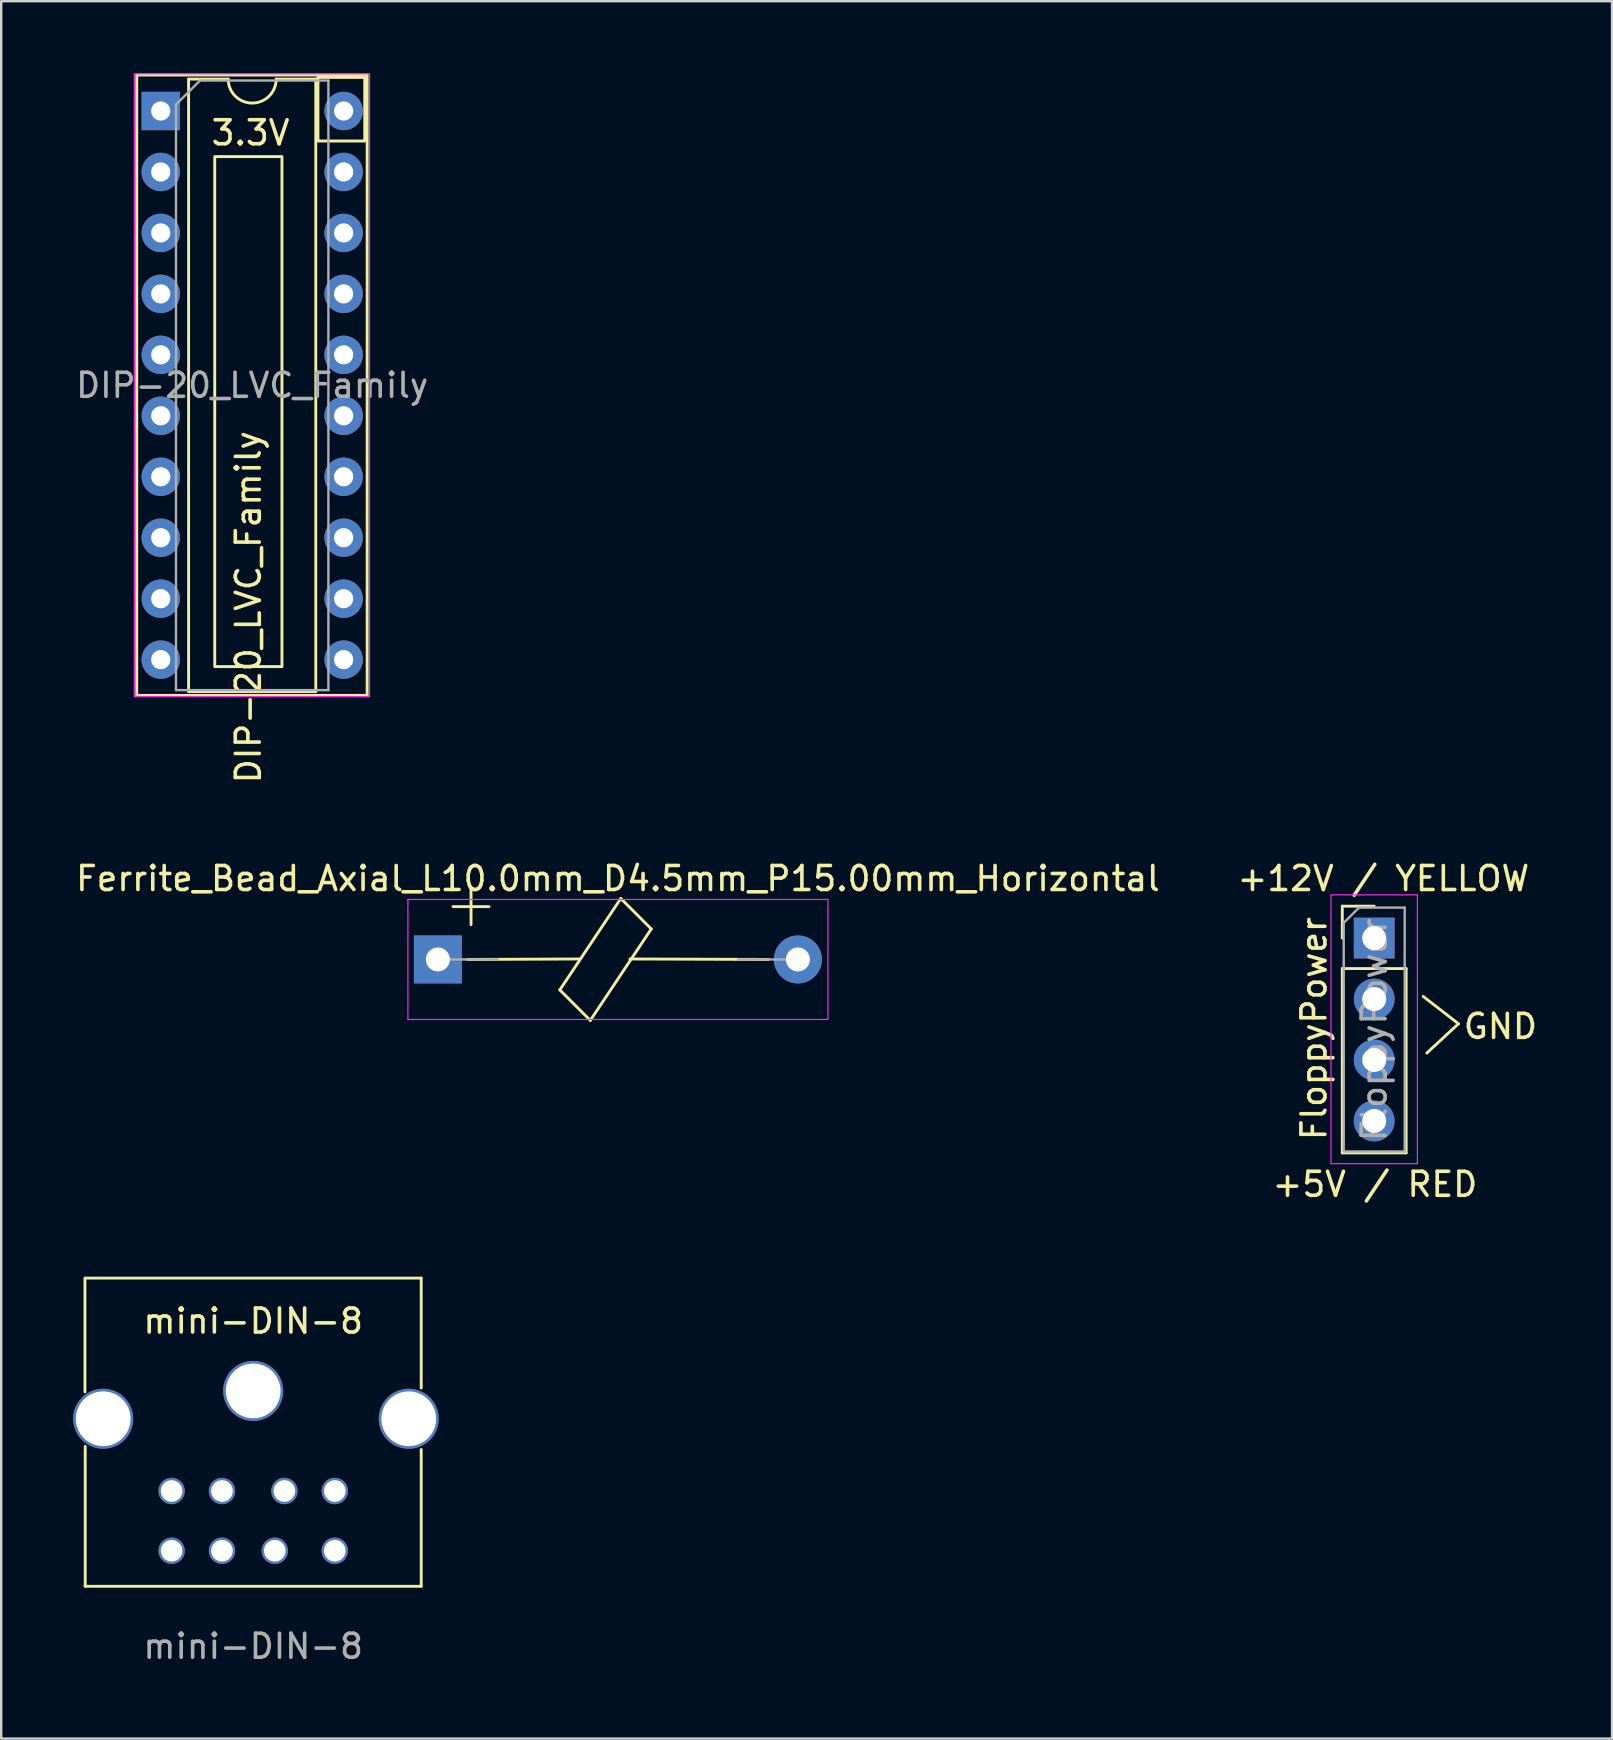
<source format=kicad_pcb>
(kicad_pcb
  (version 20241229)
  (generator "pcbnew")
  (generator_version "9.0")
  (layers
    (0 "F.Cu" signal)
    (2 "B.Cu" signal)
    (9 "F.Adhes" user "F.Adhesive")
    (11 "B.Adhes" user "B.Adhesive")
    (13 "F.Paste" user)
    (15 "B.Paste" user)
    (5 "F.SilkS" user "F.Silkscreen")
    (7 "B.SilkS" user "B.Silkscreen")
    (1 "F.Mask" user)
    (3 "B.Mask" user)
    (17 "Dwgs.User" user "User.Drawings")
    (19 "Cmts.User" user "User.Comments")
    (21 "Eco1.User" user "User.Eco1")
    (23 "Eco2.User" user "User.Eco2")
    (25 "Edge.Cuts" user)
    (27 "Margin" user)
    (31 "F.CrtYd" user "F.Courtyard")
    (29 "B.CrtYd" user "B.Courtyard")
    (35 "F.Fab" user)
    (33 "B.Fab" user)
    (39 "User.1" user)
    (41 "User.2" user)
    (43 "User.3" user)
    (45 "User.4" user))
  (footprint "Ferrite_Bead_Axial_L10.0mm_D4.5mm_P15.00mm_Horizontal"
    (layer "F.Cu")
    (at 15.196 36.927)
    (property "Reference" "Ferrite_Bead_Axial_L10.0mm_D4.5mm_P15.00mm_Horizontal" (at 7.5 -3.37 0) (layer "F.SilkS") (effects (font (size 1 1) (thickness 0.15))))
    (attr through_hole)
    (fp_line (start 0.63 -2.2) (end 2.13 -2.2) (stroke (width 0.12) (type solid)) (layer "F.SilkS"))
    (fp_line (start 1.24 0) (end 5.887 -0.02) (stroke (width 0.12) (type solid)) (layer "F.SilkS"))
    (fp_line (start 1.38 -2.95) (end 1.38 -1.45) (stroke (width 0.12) (type solid)) (layer "F.SilkS"))
    (fp_line (start 5.08 1.27) (end 6.35 2.54) (stroke (width 0.12) (type solid)) (layer "F.SilkS"))
    (fp_line (start 6.35 2.54) (end 8.89 -1.27) (stroke (width 0.12) (type solid)) (layer "F.SilkS"))
    (fp_line (start 7.62 -2.54) (end 5.08 1.27) (stroke (width 0.12) (type solid)) (layer "F.SilkS"))
    (fp_line (start 8.89 -1.27) (end 7.62 -2.54) (stroke (width 0.12) (type solid)) (layer "F.SilkS"))
    (fp_line (start 13.76 0) (end 8.001 -0.02) (stroke (width 0.12) (type solid)) (layer "F.SilkS"))
    (fp_line (start -1.25 -2.5) (end -1.25 2.5) (stroke (width 0.05) (type solid)) (layer "F.CrtYd"))
    (fp_line (start -1.25 2.5) (end 16.25 2.5) (stroke (width 0.05) (type solid)) (layer "F.CrtYd"))
    (fp_line (start 16.25 -2.5) (end -1.25 -2.5) (stroke (width 0.05) (type solid)) (layer "F.CrtYd"))
    (fp_line (start 16.25 2.5) (end 16.25 -2.5) (stroke (width 0.05) (type solid)) (layer "F.CrtYd"))
    (fp_line (start 0 0) (end 2.5 0) (stroke (width 0.1) (type solid)) (layer "F.Fab"))
    (fp_line (start 15 0) (end 12.5 0) (stroke (width 0.1) (type solid)) (layer "F.Fab"))
    (pad "1" thru_hole rect (at 0 0) (size 2 2) (drill 1) (layers "*.Cu" "*.Mask"))
    (pad "2" thru_hole oval (at 15 0) (size 2 2) (drill 1) (layers "*.Cu" "*.Mask")))
  (footprint "DIP-20_LVC_Family"
    (layer "F.Cu")
    (at 3.648 1.575)
    (property "Reference" "DIP-20_LVC_Family" (at 3.65 20.675 90) (layer "F.SilkS") (effects (font (size 1 1) (thickness 0.15))))
    (attr through_hole)
    (fp_line (start 1.16 -1.33) (end 1.16 24.19) (stroke (width 0.12) (type solid)) (layer "F.SilkS"))
    (fp_line (start 1.16 24.19) (end 6.46 24.19) (stroke (width 0.12) (type solid)) (layer "F.SilkS"))
    (fp_line (start 2.81 -1.33) (end 1.16 -1.33) (stroke (width 0.12) (type solid)) (layer "F.SilkS"))
    (fp_line (start 6.46 -1.33) (end 4.81 -1.33) (stroke (width 0.12) (type solid)) (layer "F.SilkS"))
    (fp_line (start 6.46 24.19) (end 6.46 -1.33) (stroke (width 0.12) (type solid)) (layer "F.SilkS"))
    (fp_rect (start -1 -1.5) (end 8.6 24.35) (stroke (width 0.12) (type solid)) (fill no) (layer "F.SilkS"))
    (fp_rect (start 2.25 1.9) (end 5.05 23.15) (stroke (width 0.12) (type solid)) (fill no) (layer "F.SilkS"))
    (fp_rect (start 6.55 -1.4) (end 8.5 1.25) (stroke (width 0.12) (type solid)) (fill no) (layer "F.SilkS"))
    (fp_arc (start 4.81 -1.33) (mid 3.81 -0.33) (end 2.81 -1.33) (stroke (width 0.12) (type solid)) (layer "F.SilkS"))
    (fp_line (start -1.1 -1.55) (end -1.1 24.4) (stroke (width 0.05) (type solid)) (layer "F.CrtYd"))
    (fp_line (start -1.1 24.4) (end 8.7 24.4) (stroke (width 0.05) (type solid)) (layer "F.CrtYd"))
    (fp_line (start 8.7 -1.55) (end -1.1 -1.55) (stroke (width 0.05) (type solid)) (layer "F.CrtYd"))
    (fp_line (start 8.7 24.4) (end 8.7 -1.55) (stroke (width 0.05) (type solid)) (layer "F.CrtYd"))
    (fp_line (start 0.635 -0.27) (end 1.635 -1.27) (stroke (width 0.1) (type solid)) (layer "F.Fab"))
    (fp_line (start 0.635 24.13) (end 0.635 -0.27) (stroke (width 0.1) (type solid)) (layer "F.Fab"))
    (fp_line (start 1.635 -1.27) (end 6.985 -1.27) (stroke (width 0.1) (type solid)) (layer "F.Fab"))
    (fp_line (start 6.985 -1.27) (end 6.985 24.13) (stroke (width 0.1) (type solid)) (layer "F.Fab"))
    (fp_line (start 6.985 24.13) (end 0.635 24.13) (stroke (width 0.1) (type solid)) (layer "F.Fab"))
    (fp_text user "3.3V" (at 3.74 0.91 0) (unlocked yes) (layer "F.SilkS") (effects (font (size 1 1) (thickness 0.15))))
    (fp_text user "${REFERENCE}" (at 3.81 11.43 0) (layer "F.Fab") (effects (font (size 1 1) (thickness 0.15))))
    (pad "1" thru_hole rect (at 0 0) (size 1.6 1.6) (drill 0.8) (layers "*.Cu" "*.Mask"))
    (pad "2" thru_hole oval (at 0 2.54) (size 1.6 1.6) (drill 0.8) (layers "*.Cu" "*.Mask"))
    (pad "3" thru_hole oval (at 0 5.08) (size 1.6 1.6) (drill 0.8) (layers "*.Cu" "*.Mask"))
    (pad "4" thru_hole oval (at 0 7.62) (size 1.6 1.6) (drill 0.8) (layers "*.Cu" "*.Mask"))
    (pad "5" thru_hole oval (at 0 10.16) (size 1.6 1.6) (drill 0.8) (layers "*.Cu" "*.Mask"))
    (pad "6" thru_hole oval (at 0 12.7) (size 1.6 1.6) (drill 0.8) (layers "*.Cu" "*.Mask"))
    (pad "7" thru_hole oval (at 0 15.24) (size 1.6 1.6) (drill 0.8) (layers "*.Cu" "*.Mask"))
    (pad "8" thru_hole oval (at 0 17.78) (size 1.6 1.6) (drill 0.8) (layers "*.Cu" "*.Mask"))
    (pad "9" thru_hole oval (at 0 20.32) (size 1.6 1.6) (drill 0.8) (layers "*.Cu" "*.Mask"))
    (pad "10" thru_hole oval (at 0 22.86) (size 1.6 1.6) (drill 0.8) (layers "*.Cu" "*.Mask"))
    (pad "11" thru_hole oval (at 7.62 22.86) (size 1.6 1.6) (drill 0.8) (layers "*.Cu" "*.Mask"))
    (pad "12" thru_hole oval (at 7.62 20.32) (size 1.6 1.6) (drill 0.8) (layers "*.Cu" "*.Mask"))
    (pad "13" thru_hole oval (at 7.62 17.78) (size 1.6 1.6) (drill 0.8) (layers "*.Cu" "*.Mask"))
    (pad "14" thru_hole oval (at 7.62 15.24) (size 1.6 1.6) (drill 0.8) (layers "*.Cu" "*.Mask"))
    (pad "15" thru_hole oval (at 7.62 12.7) (size 1.6 1.6) (drill 0.8) (layers "*.Cu" "*.Mask"))
    (pad "16" thru_hole oval (at 7.62 10.16) (size 1.6 1.6) (drill 0.8) (layers "*.Cu" "*.Mask"))
    (pad "17" thru_hole oval (at 7.62 7.62) (size 1.6 1.6) (drill 0.8) (layers "*.Cu" "*.Mask"))
    (pad "18" thru_hole oval (at 7.62 5.08) (size 1.6 1.6) (drill 0.8) (layers "*.Cu" "*.Mask"))
    (pad "19" thru_hole oval (at 7.62 2.54) (size 1.6 1.6) (drill 0.8) (layers "*.Cu" "*.Mask"))
    (pad "20" thru_hole oval (at 7.62 0) (size 1.6 1.6) (drill 0.8) (layers "*.Cu" "*.Mask")))
  (footprint "mini-DIN-8"
    (layer "F.Cu")
    (at 7.5 63.045)
    (property "Reference" "mini-DIN-8" (at 0 -11.05 0) (unlocked yes) (layer "F.SilkS") (effects (font (size 1 1) (thickness 0.15))))
    (attr through_hole)
    (fp_line (start -7.01 -12.84) (end -7.01 -8.1) (stroke (width 0.12) (type solid)) (layer "F.SilkS"))
    (fp_line (start -7 -5.83) (end -7 0) (stroke (width 0.12) (type solid)) (layer "F.SilkS"))
    (fp_line (start -7 0) (end 7 0) (stroke (width 0.12) (type solid)) (layer "F.SilkS"))
    (fp_line (start 7 -12.84) (end -7 -12.84) (stroke (width 0.12) (type solid)) (layer "F.SilkS"))
    (fp_line (start 7 -12.84) (end 7 -8.26) (stroke (width 0.12) (type solid)) (layer "F.SilkS"))
    (fp_line (start 7 -5.7) (end 7 0) (stroke (width 0.12) (type solid)) (layer "F.SilkS"))
    (fp_text user "${REFERENCE}" (at 0 2.5 0) (unlocked yes) (layer "F.Fab") (effects (font (size 1 1) (thickness 0.15))))
    (pad "1" thru_hole circle (at -1.3 -3.97) (size 1.1 1.1) (drill 0.9) (layers "*.Cu" "*.Mask"))
    (pad "2" thru_hole circle (at 1.3 -3.97) (size 1.1 1.1) (drill 0.9) (layers "*.Cu" "*.Mask"))
    (pad "3" thru_hole circle (at -3.4 -3.97) (size 1.1 1.1) (drill 0.9) (layers "*.Cu" "*.Mask"))
    (pad "4" thru_hole circle (at -1.3 -1.48) (size 1.1 1.1) (drill 0.9) (layers "*.Cu" "*.Mask"))
    (pad "5" thru_hole circle (at 3.4 -3.97) (size 1.1 1.1) (drill 0.9) (layers "*.Cu" "*.Mask"))
    (pad "6" thru_hole circle (at -3.4 -1.48) (size 1.1 1.1) (drill 0.9) (layers "*.Cu" "*.Mask"))
    (pad "7" thru_hole circle (at 0.9 -1.48) (size 1.1 1.1) (drill 0.9) (layers "*.Cu" "*.Mask"))
    (pad "8" thru_hole circle (at 3.4 -1.48) (size 1.1 1.1) (drill 0.9) (layers "*.Cu" "*.Mask"))
    (pad "9" thru_hole circle (at 0 -8.14) (size 2.5 2.5) (drill 2.28) (layers "*.Cu" "*.Mask"))
    (pad "10" thru_hole circle (at -6.25 -6.98) (size 2.5 2.5) (drill 2.28) (layers "*.Cu" "*.Mask"))
    (pad "11" thru_hole circle (at 6.48 -6.98) (size 2.5 2.5) (drill 2.28) (layers "*.Cu" "*.Mask")))
  (footprint "FloppyPower"
    (layer "F.Cu")
    (at 54.209 36.037)
    (property "Reference" "FloppyPower" (at -2.51 3.77 90) (layer "F.SilkS") (effects (font (size 1 1) (thickness 0.15))))
    (attr through_hole)
    (fp_line (start -1.33 -1.33) (end 0 -1.33) (stroke (width 0.12) (type solid)) (layer "F.SilkS"))
    (fp_line (start -1.33 0) (end -1.33 -1.33) (stroke (width 0.12) (type solid)) (layer "F.SilkS"))
    (fp_line (start -1.33 1.27) (end -1.33 8.95) (stroke (width 0.12) (type solid)) (layer "F.SilkS"))
    (fp_line (start -1.33 1.27) (end 1.33 1.27) (stroke (width 0.12) (type solid)) (layer "F.SilkS"))
    (fp_line (start -1.33 8.95) (end 1.33 8.95) (stroke (width 0.12) (type solid)) (layer "F.SilkS"))
    (fp_line (start 1.33 1.27) (end 1.33 8.95) (stroke (width 0.12) (type solid)) (layer "F.SilkS"))
    (fp_line (start 2.04 2.43) (end 3.51 3.57) (stroke (width 0.12) (type solid)) (layer "F.SilkS"))
    (fp_line (start 3.51 3.57) (end 2.19 4.79) (stroke (width 0.12) (type solid)) (layer "F.SilkS"))
    (fp_line (start -1.8 -1.8) (end -1.8 9.4) (stroke (width 0.05) (type solid)) (layer "F.CrtYd"))
    (fp_line (start -1.8 9.4) (end 1.8 9.4) (stroke (width 0.05) (type solid)) (layer "F.CrtYd"))
    (fp_line (start 1.8 -1.8) (end -1.8 -1.8) (stroke (width 0.05) (type solid)) (layer "F.CrtYd"))
    (fp_line (start 1.8 9.4) (end 1.8 -1.8) (stroke (width 0.05) (type solid)) (layer "F.CrtYd"))
    (fp_line (start -1.27 -0.635) (end -0.635 -1.27) (stroke (width 0.1) (type solid)) (layer "F.Fab"))
    (fp_line (start -1.27 8.89) (end -1.27 -0.635) (stroke (width 0.1) (type solid)) (layer "F.Fab"))
    (fp_line (start -0.635 -1.27) (end 1.27 -1.27) (stroke (width 0.1) (type solid)) (layer "F.Fab"))
    (fp_line (start 1.27 -1.27) (end 1.27 8.89) (stroke (width 0.1) (type solid)) (layer "F.Fab"))
    (fp_line (start 1.27 8.89) (end -1.27 8.89) (stroke (width 0.1) (type solid)) (layer "F.Fab"))
    (fp_text user "+5V / RED" (at 0.03 10.26 0) (unlocked yes) (layer "F.SilkS") (effects (font (size 1 1) (thickness 0.15))))
    (fp_text user "+12V / YELLOW" (at 0.38 -2.48 0) (unlocked yes) (layer "F.SilkS") (effects (font (size 1 1) (thickness 0.15))))
    (fp_text user "GND" (at 5.26 3.68 0) (unlocked yes) (layer "F.SilkS") (effects (font (size 1 1) (thickness 0.15))))
    (fp_text user "${REFERENCE}" (at 0 3.81 90) (layer "F.Fab") (effects (font (size 1 1) (thickness 0.15))))
    (pad "1" thru_hole rect (at 0 0) (size 1.7 1.7) (drill 1) (layers "*.Cu" "*.Mask"))
    (pad "2" thru_hole oval (at 0 2.54) (size 1.7 1.7) (drill 1) (layers "*.Cu" "*.Mask"))
    (pad "3" thru_hole oval (at 0 5.08) (size 1.7 1.7) (drill 1) (layers "*.Cu" "*.Mask"))
    (pad "4" thru_hole oval (at 0 7.62) (size 1.7 1.7) (drill 1) (layers "*.Cu" "*.Mask")))
  (gr_rect
    (start -3 -3)
    (end 64.118 69.393)
    (stroke (width 0.1) (type default))
    (fill no)
    (layer "Edge.Cuts")))
</source>
